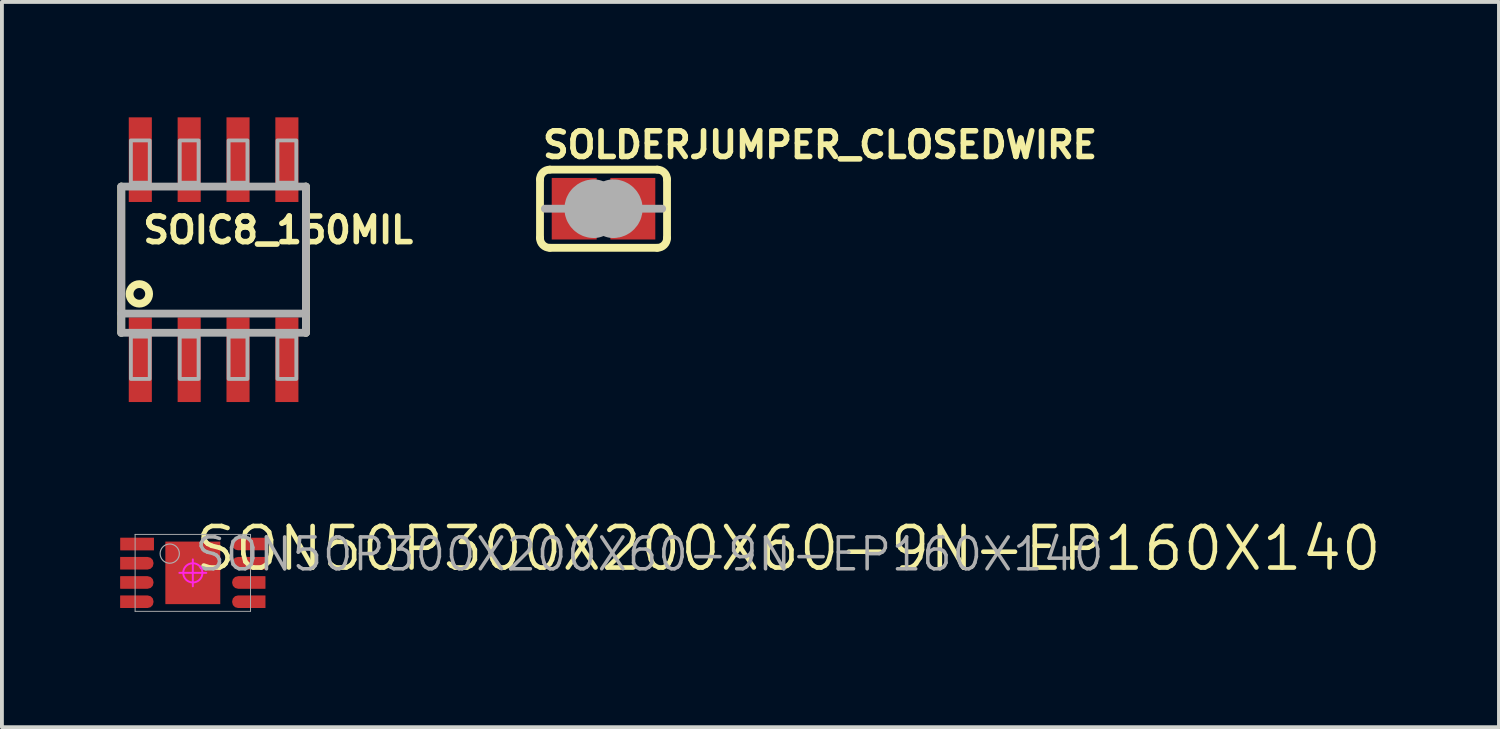
<source format=kicad_pcb>
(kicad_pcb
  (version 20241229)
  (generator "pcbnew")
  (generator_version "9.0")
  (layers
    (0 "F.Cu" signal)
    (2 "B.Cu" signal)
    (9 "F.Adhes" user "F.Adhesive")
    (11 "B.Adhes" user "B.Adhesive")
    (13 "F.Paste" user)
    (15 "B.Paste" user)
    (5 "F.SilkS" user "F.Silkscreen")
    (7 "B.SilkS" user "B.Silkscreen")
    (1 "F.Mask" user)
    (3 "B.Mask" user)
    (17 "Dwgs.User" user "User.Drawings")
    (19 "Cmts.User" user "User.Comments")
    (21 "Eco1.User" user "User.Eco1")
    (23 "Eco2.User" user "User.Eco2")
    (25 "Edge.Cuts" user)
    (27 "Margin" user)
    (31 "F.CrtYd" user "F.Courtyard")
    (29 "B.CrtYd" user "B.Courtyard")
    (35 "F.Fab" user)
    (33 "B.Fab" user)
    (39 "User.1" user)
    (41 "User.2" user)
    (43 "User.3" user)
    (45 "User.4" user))
  (footprint "SOLDERJUMPER_CLOSEDWIRE"
    (layer "F.Cu")
    (at 12.637 2.375)
    (property "Reference" "SOLDERJUMPER_CLOSEDWIRE" (at -1.651 -1.27 0) (unlocked yes) (layer "F.SilkS") (effects (font (size 0.666 0.666) (thickness 0.146)) (justify left bottom)))
    (fp_poly (pts (xy 1.397 0.889) (xy -1.397 0.889) (xy -1.397 -0.889) (xy 1.397 -0.889)) (stroke (width 0) (type default)) (fill yes) (layer "F.Mask"))
    (fp_line (start -1.651 0.762) (end -1.651 -0.762) (stroke (width 0.203) (type solid)) (layer "F.SilkS"))
    (fp_line (start -1.397 -1.016) (end 1.397 -1.016) (stroke (width 0.203) (type solid)) (layer "F.SilkS"))
    (fp_line (start 1.397 1.016) (end -1.397 1.016) (stroke (width 0.203) (type solid)) (layer "F.SilkS"))
    (fp_line (start 1.651 0.762) (end 1.651 -0.762) (stroke (width 0.203) (type solid)) (layer "F.SilkS"))
    (fp_arc (start -1.651 -0.762) (mid -1.576605 -0.941605) (end -1.397 -1.016) (stroke (width 0.2032) (type solid)) (layer "F.SilkS"))
    (fp_arc (start -1.397 1.016) (mid -1.576605 0.941605) (end -1.651 0.762) (stroke (width 0.2032) (type solid)) (layer "F.SilkS"))
    (fp_arc (start 1.397 -1.016) (mid 1.576605 -0.941605) (end 1.651 -0.762) (stroke (width 0.2032) (type solid)) (layer "F.SilkS"))
    (fp_arc (start 1.651 0.762) (mid 1.576605 0.941605) (end 1.397 1.016) (stroke (width 0.2032) (type solid)) (layer "F.SilkS"))
    (fp_line (start -1.016 0) (end -1.524 0) (stroke (width 0.203) (type solid)) (layer "F.Fab"))
    (fp_line (start 1.016 0) (end 1.524 0) (stroke (width 0.203) (type solid)) (layer "F.Fab"))
    (fp_arc (start -0.254 0.127) (mid -0.381 0) (end -0.254 -0.127) (stroke (width 1.27) (type solid)) (layer "F.Fab"))
    (fp_arc (start 0.254 -0.127) (mid 0.381 0) (end 0.254 0.127) (stroke (width 1.27) (type solid)) (layer "F.Fab"))
    (pad "1" smd rect (at -0.762 0) (size 1.168 1.6) (layers "F.Cu" "F.Mask"))
    (pad "2" smd rect (at 0.762 0) (size 1.168 1.6) (layers "F.Cu" "F.Mask"))
    (pad "WIRE" smd rect (at 0 0) (size 0.635 0.203) (layers "F.Cu" "F.Mask")))
  (footprint "SON50P300X200X60-9N-EP160X140"
    (layer "F.Cu")
    (at 1.962 11.84)
    (property "Reference" "SON50P300X200X60-9N-EP160X140" (at 0 0 0) (unlocked yes) (layer "F.SilkS") (effects (font (size 1.08 1.08) (thickness 0.12)) (justify left bottom)))
    (fp_poly (pts (xy -1.01 -0.584) (xy -1.886 -0.584) (xy -1.886 -0.914) (xy -1.01 -0.914)) (stroke (width 0) (type default)) (fill yes) (layer "F.Cu"))
    (fp_poly (pts (xy 0.713 0.813) (xy -0.713 0.813) (xy -0.713 -0.813) (xy 0.713 -0.813)) (stroke (width 0) (type default)) (fill yes) (layer "F.Cu"))
    (fp_poly (pts (xy -1.098 -0.393) (xy -1.042 -0.337) (xy -1.022 -0.262) (xy -1.022 -0.238) (xy -1.042 -0.163) (xy -1.098 -0.107) (xy -1.173 -0.087) (xy -1.888 -0.087) (xy -1.888 -0.413) (xy -1.173 -0.413)) (stroke (width 0) (type default)) (fill yes) (layer "F.Cu"))
    (fp_poly (pts (xy -1.098 0.107) (xy -1.042 0.163) (xy -1.022 0.238) (xy -1.022 0.262) (xy -1.042 0.337) (xy -1.098 0.393) (xy -1.173 0.413) (xy -1.888 0.413) (xy -1.888 0.087) (xy -1.173 0.087)) (stroke (width 0) (type default)) (fill yes) (layer "F.Cu"))
    (fp_poly (pts (xy -1.098 0.607) (xy -1.042 0.663) (xy -1.022 0.738) (xy -1.022 0.762) (xy -1.042 0.837) (xy -1.098 0.893) (xy -1.173 0.913) (xy -1.888 0.913) (xy -1.888 0.587) (xy -1.173 0.587)) (stroke (width 0) (type default)) (fill yes) (layer "F.Cu"))
    (fp_poly (pts (xy 1.888 -0.587) (xy 1.173 -0.587) (xy 1.098 -0.607) (xy 1.042 -0.663) (xy 1.022 -0.738) (xy 1.022 -0.762) (xy 1.042 -0.837) (xy 1.098 -0.893) (xy 1.173 -0.913) (xy 1.888 -0.913)) (stroke (width 0) (type default)) (fill yes) (layer "F.Cu"))
    (fp_poly (pts (xy 1.888 -0.087) (xy 1.173 -0.087) (xy 1.098 -0.107) (xy 1.042 -0.163) (xy 1.022 -0.238) (xy 1.022 -0.262) (xy 1.042 -0.337) (xy 1.098 -0.393) (xy 1.173 -0.413) (xy 1.888 -0.413)) (stroke (width 0) (type default)) (fill yes) (layer "F.Cu"))
    (fp_poly (pts (xy 1.888 0.413) (xy 1.173 0.413) (xy 1.098 0.393) (xy 1.042 0.337) (xy 1.022 0.262) (xy 1.022 0.238) (xy 1.042 0.163) (xy 1.098 0.107) (xy 1.173 0.087) (xy 1.888 0.087)) (stroke (width 0) (type default)) (fill yes) (layer "F.Cu"))
    (fp_poly (pts (xy 1.888 0.913) (xy 1.173 0.913) (xy 1.098 0.893) (xy 1.042 0.837) (xy 1.022 0.762) (xy 1.022 0.738) (xy 1.042 0.663) (xy 1.098 0.607) (xy 1.173 0.587) (xy 1.888 0.587)) (stroke (width 0) (type default)) (fill yes) (layer "F.Cu"))
    (fp_poly (pts (xy -0.938 -0.512) (xy -1.962 -0.512) (xy -1.962 -0.988) (xy -0.938 -0.988)) (stroke (width 0) (type default)) (fill yes) (layer "F.Mask"))
    (fp_poly (pts (xy 0.788 0.888) (xy -0.788 0.888) (xy -0.788 -0.888) (xy 0.788 -0.888)) (stroke (width 0) (type default)) (fill yes) (layer "F.Mask"))
    (fp_poly (pts (xy -1.015 -0.422) (xy -0.965 -0.347) (xy -0.948 -0.261) (xy -0.948 -0.238) (xy -1.013 -0.08) (xy -1.088 -0.03) (xy -1.174 -0.013) (xy -1.962 -0.013) (xy -1.962 -0.487) (xy -1.173 -0.487)) (stroke (width 0) (type default)) (fill yes) (layer "F.Mask"))
    (fp_poly (pts (xy -1.015 0.078) (xy -0.965 0.153) (xy -0.948 0.239) (xy -0.948 0.262) (xy -1.013 0.42) (xy -1.088 0.47) (xy -1.174 0.487) (xy -1.962 0.487) (xy -1.962 0.013) (xy -1.173 0.013)) (stroke (width 0) (type default)) (fill yes) (layer "F.Mask"))
    (fp_poly (pts (xy -1.015 0.578) (xy -0.965 0.653) (xy -0.948 0.739) (xy -0.948 0.762) (xy -1.013 0.92) (xy -1.088 0.97) (xy -1.174 0.988) (xy -1.962 0.988) (xy -1.962 0.512) (xy -1.173 0.512)) (stroke (width 0) (type default)) (fill yes) (layer "F.Mask"))
    (fp_poly (pts (xy 1.962 -0.512) (xy 1.173 -0.512) (xy 1.015 -0.578) (xy 0.965 -0.653) (xy 0.948 -0.739) (xy 0.948 -0.762) (xy 1.013 -0.92) (xy 1.088 -0.97) (xy 1.174 -0.988) (xy 1.962 -0.988)) (stroke (width 0) (type default)) (fill yes) (layer "F.Mask"))
    (fp_poly (pts (xy 1.962 -0.013) (xy 1.173 -0.013) (xy 1.015 -0.078) (xy 0.965 -0.153) (xy 0.948 -0.239) (xy 0.948 -0.262) (xy 1.013 -0.42) (xy 1.088 -0.47) (xy 1.174 -0.487) (xy 1.962 -0.487)) (stroke (width 0) (type default)) (fill yes) (layer "F.Mask"))
    (fp_poly (pts (xy 1.962 0.487) (xy 1.173 0.487) (xy 1.015 0.422) (xy 0.965 0.347) (xy 0.948 0.261) (xy 0.948 0.238) (xy 1.013 0.08) (xy 1.088 0.03) (xy 1.174 0.013) (xy 1.962 0.013)) (stroke (width 0) (type default)) (fill yes) (layer "F.Mask"))
    (fp_poly (pts (xy 1.962 0.988) (xy 1.173 0.988) (xy 1.015 0.922) (xy 0.965 0.847) (xy 0.948 0.761) (xy 0.948 0.738) (xy 1.013 0.58) (xy 1.088 0.53) (xy 1.174 0.512) (xy 1.962 0.512)) (stroke (width 0) (type default)) (fill yes) (layer "F.Mask"))
    (fp_poly (pts (xy -1.012 -0.587) (xy -1.888 -0.587) (xy -1.888 -0.913) (xy -1.012 -0.913)) (stroke (width 0) (type default)) (fill yes) (layer "F.Paste"))
    (fp_poly (pts (xy -0.65 -0.1) (xy -0.1 -0.1) (xy -0.1 -0.75) (xy -0.65 -0.75)) (stroke (width 0) (type default)) (fill yes) (layer "F.Paste"))
    (fp_poly (pts (xy -0.65 0.75) (xy -0.1 0.75) (xy -0.1 0.1) (xy -0.65 0.1)) (stroke (width 0) (type default)) (fill yes) (layer "F.Paste"))
    (fp_poly (pts (xy 0.1 -0.1) (xy 0.65 -0.1) (xy 0.65 -0.75) (xy 0.1 -0.75)) (stroke (width 0) (type default)) (fill yes) (layer "F.Paste"))
    (fp_poly (pts (xy 0.1 0.75) (xy 0.65 0.75) (xy 0.65 0.1) (xy 0.1 0.1)) (stroke (width 0) (type default)) (fill yes) (layer "F.Paste"))
    (fp_poly (pts (xy -1.098 -0.393) (xy -1.042 -0.337) (xy -1.022 -0.262) (xy -1.022 -0.238) (xy -1.042 -0.163) (xy -1.098 -0.107) (xy -1.173 -0.087) (xy -1.888 -0.087) (xy -1.888 -0.413) (xy -1.173 -0.413)) (stroke (width 0) (type default)) (fill yes) (layer "F.Paste"))
    (fp_poly (pts (xy -1.098 0.107) (xy -1.042 0.163) (xy -1.022 0.238) (xy -1.022 0.262) (xy -1.042 0.337) (xy -1.098 0.393) (xy -1.173 0.413) (xy -1.888 0.413) (xy -1.888 0.087) (xy -1.173 0.087)) (stroke (width 0) (type default)) (fill yes) (layer "F.Paste"))
    (fp_poly (pts (xy -1.098 0.607) (xy -1.042 0.663) (xy -1.022 0.738) (xy -1.022 0.762) (xy -1.042 0.837) (xy -1.098 0.893) (xy -1.173 0.913) (xy -1.888 0.913) (xy -1.888 0.587) (xy -1.173 0.587)) (stroke (width 0) (type default)) (fill yes) (layer "F.Paste"))
    (fp_poly (pts (xy 1.883 -0.587) (xy 1.168 -0.587) (xy 1.093 -0.607) (xy 1.037 -0.663) (xy 1.017 -0.738) (xy 1.017 -0.762) (xy 1.037 -0.837) (xy 1.093 -0.893) (xy 1.168 -0.913) (xy 1.883 -0.913)) (stroke (width 0) (type default)) (fill yes) (layer "F.Paste"))
    (fp_poly (pts (xy 1.888 -0.087) (xy 1.173 -0.087) (xy 1.098 -0.107) (xy 1.042 -0.163) (xy 1.022 -0.238) (xy 1.022 -0.262) (xy 1.042 -0.337) (xy 1.098 -0.393) (xy 1.173 -0.413) (xy 1.888 -0.413)) (stroke (width 0) (type default)) (fill yes) (layer "F.Paste"))
    (fp_poly (pts (xy 1.888 0.413) (xy 1.173 0.413) (xy 1.098 0.393) (xy 1.042 0.337) (xy 1.022 0.262) (xy 1.022 0.238) (xy 1.042 0.163) (xy 1.098 0.107) (xy 1.173 0.087) (xy 1.888 0.087)) (stroke (width 0) (type default)) (fill yes) (layer "F.Paste"))
    (fp_poly (pts (xy 1.888 0.913) (xy 1.173 0.913) (xy 1.098 0.893) (xy 1.042 0.837) (xy 1.022 0.762) (xy 1.022 0.738) (xy 1.042 0.663) (xy 1.098 0.607) (xy 1.173 0.587) (xy 1.888 0.587)) (stroke (width 0) (type default)) (fill yes) (layer "F.Paste"))
    (fp_line (start -0.35 0) (end 0.35 0) (stroke (width 0.05) (type solid)) (layer "F.CrtYd"))
    (fp_line (start 0 -0.35) (end 0 0.35) (stroke (width 0.05) (type solid)) (layer "F.CrtYd"))
    (fp_circle (center 0 0) (end 0.25 0) (stroke (width 0.05) (type solid)) (fill no) (layer "F.CrtYd"))
    (fp_line (start -1.5 -1) (end -1.5 1) (stroke (width 0.025) (type solid)) (layer "F.Fab"))
    (fp_line (start -1.5 1) (end 1.5 1) (stroke (width 0.025) (type solid)) (layer "F.Fab"))
    (fp_line (start 1.5 -1) (end -1.5 -1) (stroke (width 0.025) (type solid)) (layer "F.Fab"))
    (fp_line (start 1.5 1) (end 1.5 -1) (stroke (width 0.025) (type solid)) (layer "F.Fab"))
    (fp_circle (center -0.6 -0.5) (end -0.35 -0.5) (stroke (width 0.03) (type solid)) (fill no) (layer "F.Fab"))
    (fp_text user "${REFERENCE}" (at 0 0 0) (unlocked yes) (layer "F.Fab") (effects (font (size 0.828 0.828) (thickness 0.092)) (justify left bottom)))
    (pad "1" smd roundrect (at -1.45 -0.75 270) (size 0.3 0.85) (layers "F.Cu") (roundrect_rratio 0.015))
    (pad "2" smd roundrect (at -1.525 -0.25 270) (size 0.3 0.7) (layers "F.Cu") (roundrect_rratio 0.015))
    (pad "3" smd roundrect (at -1.525 0.25 270) (size 0.3 0.7) (layers "F.Cu") (roundrect_rratio 0.015))
    (pad "4" smd roundrect (at -1.525 0.75 270) (size 0.3 0.7) (layers "F.Cu") (roundrect_rratio 0.015))
    (pad "5" smd roundrect (at 1.525 0.75 270) (size 0.3 0.7) (layers "F.Cu") (roundrect_rratio 0.015))
    (pad "6" smd roundrect (at 1.525 0.25 270) (size 0.3 0.7) (layers "F.Cu") (roundrect_rratio 0.015))
    (pad "7" smd roundrect (at 1.525 -0.25 270) (size 0.3 0.7) (layers "F.Cu") (roundrect_rratio 0.015))
    (pad "8" smd roundrect (at 1.525 -0.75 270) (size 0.3 0.7) (layers "F.Cu") (roundrect_rratio 0.015))
    (pad "9" smd roundrect (at 0 0 270) (size 1.6 1.4) (layers "F.Cu") (roundrect_rratio 0.015)))
  (footprint "SOIC8_150MIL"
    (layer "F.Cu")
    (at 2.502 3.7)
    (property "Reference" "SOIC8_150MIL" (at -1.905 -0.381 0) (unlocked yes) (layer "F.SilkS") (effects (font (size 0.666 0.666) (thickness 0.146)) (justify left bottom)))
    (fp_line (start -2.4 1.9) (end -2.4 -1.9) (stroke (width 0.203) (type solid)) (layer "F.SilkS"))
    (fp_line (start 2.4 -1.9) (end 2.4 1.9) (stroke (width 0.203) (type solid)) (layer "F.SilkS"))
    (fp_circle (center -1.93 0.889) (end -1.676 0.889) (stroke (width 0.203) (type solid)) (fill no) (layer "F.SilkS"))
    (fp_line (start -2.4 -1.9) (end 2.4 -1.9) (stroke (width 0.203) (type solid)) (layer "F.Fab"))
    (fp_line (start -2.4 1.4) (end -2.4 -1.9) (stroke (width 0.203) (type solid)) (layer "F.Fab"))
    (fp_line (start -2.4 1.9) (end -2.4 1.4) (stroke (width 0.203) (type solid)) (layer "F.Fab"))
    (fp_line (start 2.4 -1.9) (end 2.4 1.4) (stroke (width 0.203) (type solid)) (layer "F.Fab"))
    (fp_line (start 2.4 1.4) (end -2.4 1.4) (stroke (width 0.203) (type solid)) (layer "F.Fab"))
    (fp_line (start 2.4 1.4) (end 2.4 1.9) (stroke (width 0.203) (type solid)) (layer "F.Fab"))
    (fp_line (start 2.4 1.9) (end -2.4 1.9) (stroke (width 0.203) (type solid)) (layer "F.Fab"))
    (fp_poly (pts (xy -2.15 -2) (xy -1.66 -2) (xy -1.66 -3.1) (xy -2.15 -3.1)) (stroke (width 0.1) (type default)) (fill no) (layer "F.Fab"))
    (fp_poly (pts (xy -2.15 3.1) (xy -1.66 3.1) (xy -1.66 2) (xy -2.15 2)) (stroke (width 0.1) (type default)) (fill no) (layer "F.Fab"))
    (fp_poly (pts (xy -0.88 -2) (xy -0.39 -2) (xy -0.39 -3.1) (xy -0.88 -3.1)) (stroke (width 0.1) (type default)) (fill no) (layer "F.Fab"))
    (fp_poly (pts (xy -0.88 3.1) (xy -0.39 3.1) (xy -0.39 2) (xy -0.88 2)) (stroke (width 0.1) (type default)) (fill no) (layer "F.Fab"))
    (fp_poly (pts (xy 0.39 -2) (xy 0.88 -2) (xy 0.88 -3.1) (xy 0.39 -3.1)) (stroke (width 0.1) (type default)) (fill no) (layer "F.Fab"))
    (fp_poly (pts (xy 0.39 3.1) (xy 0.88 3.1) (xy 0.88 2) (xy 0.39 2)) (stroke (width 0.1) (type default)) (fill no) (layer "F.Fab"))
    (fp_poly (pts (xy 1.66 -2) (xy 2.15 -2) (xy 2.15 -3.1) (xy 1.66 -3.1)) (stroke (width 0.1) (type default)) (fill no) (layer "F.Fab"))
    (fp_poly (pts (xy 1.66 3.1) (xy 2.15 3.1) (xy 2.15 2) (xy 1.66 2)) (stroke (width 0.1) (type default)) (fill no) (layer "F.Fab"))
    (pad "1" smd rect (at -1.905 2.6) (size 0.6 2.2) (layers "F.Cu" "F.Mask" "F.Paste"))
    (pad "2" smd rect (at -0.635 2.6) (size 0.6 2.2) (layers "F.Cu" "F.Mask" "F.Paste"))
    (pad "3" smd rect (at 0.635 2.6) (size 0.6 2.2) (layers "F.Cu" "F.Mask" "F.Paste"))
    (pad "4" smd rect (at 1.905 2.6) (size 0.6 2.2) (layers "F.Cu" "F.Mask" "F.Paste"))
    (pad "5" smd rect (at 1.905 -2.6) (size 0.6 2.2) (layers "F.Cu" "F.Mask" "F.Paste"))
    (pad "6" smd rect (at 0.635 -2.6) (size 0.6 2.2) (layers "F.Cu" "F.Mask" "F.Paste"))
    (pad "7" smd rect (at -0.635 -2.6) (size 0.6 2.2) (layers "F.Cu" "F.Mask" "F.Paste"))
    (pad "8" smd rect (at -1.905 -2.6) (size 0.6 2.2) (layers "F.Cu" "F.Mask" "F.Paste")))
  (gr_rect
    (start -3 -3)
    (end 35.912 15.852)
    (stroke (width 0.1) (type default))
    (fill no)
    (layer "Edge.Cuts")))
</source>
